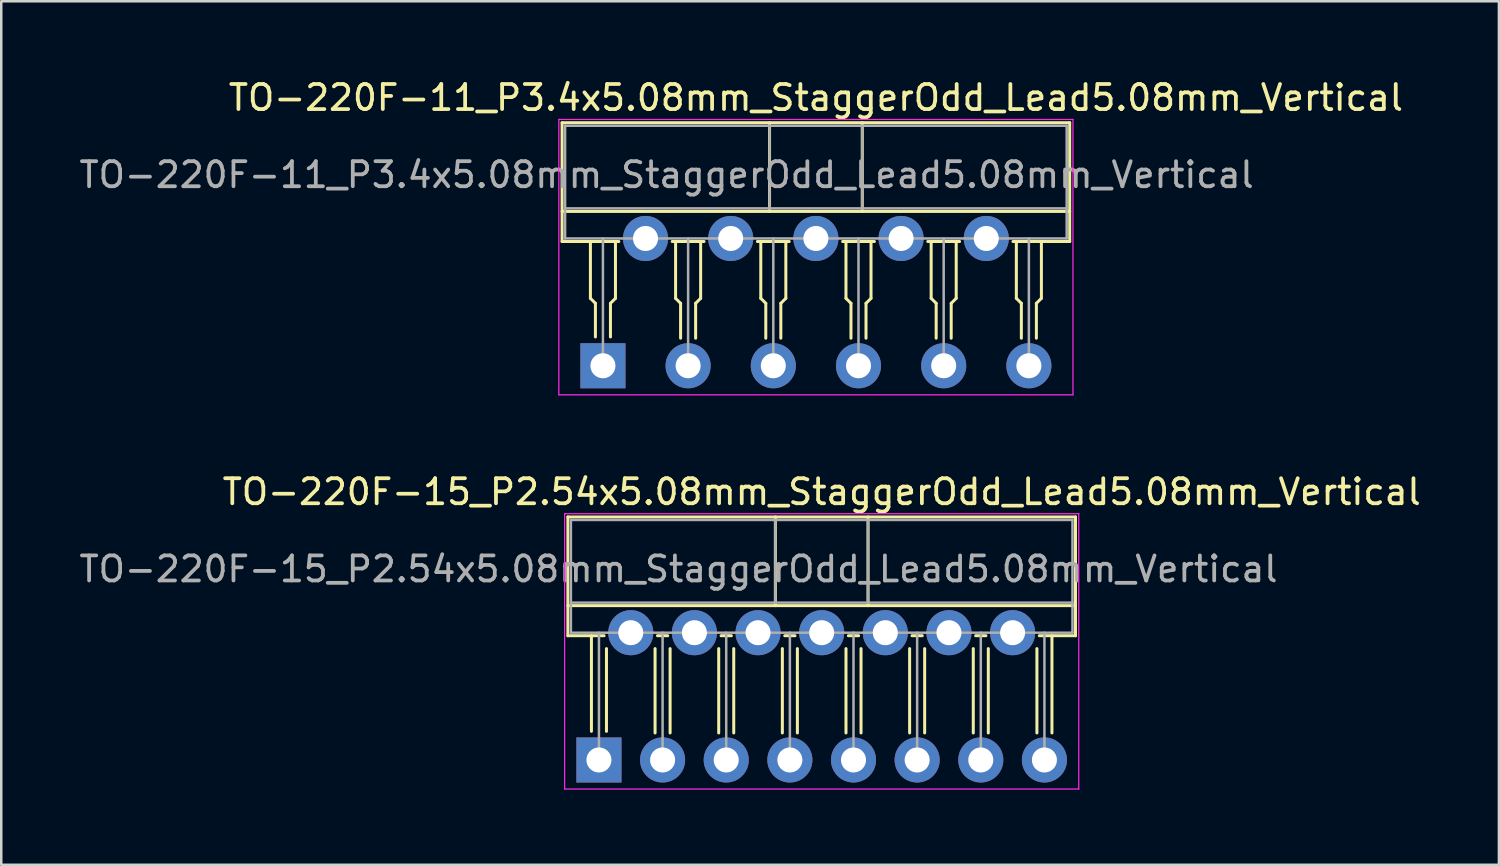
<source format=kicad_pcb>
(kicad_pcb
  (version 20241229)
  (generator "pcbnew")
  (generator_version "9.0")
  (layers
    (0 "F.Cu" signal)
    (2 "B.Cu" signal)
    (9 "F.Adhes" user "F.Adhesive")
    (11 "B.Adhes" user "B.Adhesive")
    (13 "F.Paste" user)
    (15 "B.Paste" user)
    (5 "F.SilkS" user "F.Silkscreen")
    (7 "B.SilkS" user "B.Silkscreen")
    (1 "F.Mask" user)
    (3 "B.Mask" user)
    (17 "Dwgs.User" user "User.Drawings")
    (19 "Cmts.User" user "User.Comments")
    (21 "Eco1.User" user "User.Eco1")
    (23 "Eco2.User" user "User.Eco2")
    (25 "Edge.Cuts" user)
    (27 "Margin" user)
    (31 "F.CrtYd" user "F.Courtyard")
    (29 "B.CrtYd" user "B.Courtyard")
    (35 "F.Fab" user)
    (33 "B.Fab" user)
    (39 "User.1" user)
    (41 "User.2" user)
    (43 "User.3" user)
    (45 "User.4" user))
  (footprint "TO-220F-15_P2.54x5.08mm_StaggerOdd_Lead5.08mm_Vertical"
    (layer "F.Cu")
    (at 20.855 27.282)
    (property "Reference" "TO-220F-15_P2.54x5.08mm_StaggerOdd_Lead5.08mm_Vertical" (at 8.89 -10.7 0) (layer "F.SilkS") (effects (font (size 1 1) (thickness 0.15))))
    (attr through_hole)
    (fp_line (start -1.24 -9.7) (end -1.24 -4.959) (stroke (width 0.12) (type solid)) (layer "F.SilkS"))
    (fp_line (start -1.24 -9.7) (end 19.02 -9.7) (stroke (width 0.12) (type solid)) (layer "F.SilkS"))
    (fp_line (start -1.24 -6.16) (end 19.02 -6.16) (stroke (width 0.12) (type solid)) (layer "F.SilkS"))
    (fp_line (start -1.24 -4.959) (end 0.205 -4.959) (stroke (width 0.12) (type solid)) (layer "F.SilkS"))
    (fp_line (start -0.3 -1.143) (end -0.3 -4.953) (stroke (width 0.12) (type solid)) (layer "F.SilkS"))
    (fp_line (start 0.3 -1.143) (end 0.3 -4.445) (stroke (width 0.12) (type solid)) (layer "F.SilkS"))
    (fp_line (start 2.24 -1.079) (end 2.24 -4.445) (stroke (width 0.12) (type solid)) (layer "F.SilkS"))
    (fp_line (start 2.336 -4.959) (end 2.745 -4.959) (stroke (width 0.12) (type solid)) (layer "F.SilkS"))
    (fp_line (start 2.84 -1.079) (end 2.84 -4.445) (stroke (width 0.12) (type solid)) (layer "F.SilkS"))
    (fp_line (start 4.78 -1.079) (end 4.78 -4.445) (stroke (width 0.12) (type solid)) (layer "F.SilkS"))
    (fp_line (start 4.875 -4.959) (end 5.285 -4.959) (stroke (width 0.12) (type solid)) (layer "F.SilkS"))
    (fp_line (start 5.38 -1.079) (end 5.38 -4.445) (stroke (width 0.12) (type solid)) (layer "F.SilkS"))
    (fp_line (start 7.041 -9.7) (end 7.041 -6.16) (stroke (width 0.12) (type solid)) (layer "F.SilkS"))
    (fp_line (start 7.32 -1.079) (end 7.32 -4.445) (stroke (width 0.12) (type solid)) (layer "F.SilkS"))
    (fp_line (start 7.415 -4.959) (end 7.825 -4.959) (stroke (width 0.12) (type solid)) (layer "F.SilkS"))
    (fp_line (start 7.92 -1.079) (end 7.92 -4.445) (stroke (width 0.12) (type solid)) (layer "F.SilkS"))
    (fp_line (start 9.86 -1.079) (end 9.86 -4.445) (stroke (width 0.12) (type solid)) (layer "F.SilkS"))
    (fp_line (start 9.955 -4.959) (end 10.365 -4.959) (stroke (width 0.12) (type solid)) (layer "F.SilkS"))
    (fp_line (start 10.46 -1.079) (end 10.46 -4.445) (stroke (width 0.12) (type solid)) (layer "F.SilkS"))
    (fp_line (start 10.74 -9.7) (end 10.74 -6.16) (stroke (width 0.12) (type solid)) (layer "F.SilkS"))
    (fp_line (start 12.4 -1.079) (end 12.4 -4.445) (stroke (width 0.12) (type solid)) (layer "F.SilkS"))
    (fp_line (start 12.495 -4.959) (end 12.905 -4.959) (stroke (width 0.12) (type solid)) (layer "F.SilkS"))
    (fp_line (start 13 -1.079) (end 13 -4.445) (stroke (width 0.12) (type solid)) (layer "F.SilkS"))
    (fp_line (start 14.94 -1.079) (end 14.94 -4.445) (stroke (width 0.12) (type solid)) (layer "F.SilkS"))
    (fp_line (start 15.035 -4.959) (end 15.445 -4.959) (stroke (width 0.12) (type solid)) (layer "F.SilkS"))
    (fp_line (start 15.54 -1.079) (end 15.54 -4.445) (stroke (width 0.12) (type solid)) (layer "F.SilkS"))
    (fp_line (start 17.48 -1.079) (end 17.48 -4.445) (stroke (width 0.12) (type solid)) (layer "F.SilkS"))
    (fp_line (start 17.575 -4.959) (end 19.02 -4.959) (stroke (width 0.12) (type solid)) (layer "F.SilkS"))
    (fp_line (start 18.08 -1.079) (end 18.08 -4.953) (stroke (width 0.12) (type solid)) (layer "F.SilkS"))
    (fp_line (start 19.02 -9.7) (end 19.02 -4.959) (stroke (width 0.12) (type solid)) (layer "F.SilkS"))
    (fp_line (start -1.37 -9.83) (end -1.37 1.16) (stroke (width 0.05) (type solid)) (layer "F.CrtYd"))
    (fp_line (start -1.37 1.16) (end 19.15 1.16) (stroke (width 0.05) (type solid)) (layer "F.CrtYd"))
    (fp_line (start 19.15 -9.83) (end -1.37 -9.83) (stroke (width 0.05) (type solid)) (layer "F.CrtYd"))
    (fp_line (start 19.15 1.16) (end 19.15 -9.83) (stroke (width 0.05) (type solid)) (layer "F.CrtYd"))
    (fp_line (start -1.12 -9.58) (end -1.12 -5.08) (stroke (width 0.1) (type solid)) (layer "F.Fab"))
    (fp_line (start -1.12 -6.28) (end 18.9 -6.28) (stroke (width 0.1) (type solid)) (layer "F.Fab"))
    (fp_line (start -1.12 -5.08) (end 18.9 -5.08) (stroke (width 0.1) (type solid)) (layer "F.Fab"))
    (fp_line (start 0 -5.08) (end 0 0) (stroke (width 0.1) (type solid)) (layer "F.Fab"))
    (fp_line (start 2.54 -5.08) (end 2.54 0) (stroke (width 0.1) (type solid)) (layer "F.Fab"))
    (fp_line (start 5.08 -5.08) (end 5.08 0) (stroke (width 0.1) (type solid)) (layer "F.Fab"))
    (fp_line (start 7.04 -9.58) (end 7.04 -6.28) (stroke (width 0.1) (type solid)) (layer "F.Fab"))
    (fp_line (start 7.62 -5.08) (end 7.62 0) (stroke (width 0.1) (type solid)) (layer "F.Fab"))
    (fp_line (start 10.16 -5.08) (end 10.16 0) (stroke (width 0.1) (type solid)) (layer "F.Fab"))
    (fp_line (start 10.74 -9.58) (end 10.74 -6.28) (stroke (width 0.1) (type solid)) (layer "F.Fab"))
    (fp_line (start 12.7 -5.08) (end 12.7 0) (stroke (width 0.1) (type solid)) (layer "F.Fab"))
    (fp_line (start 15.24 -5.08) (end 15.24 0) (stroke (width 0.1) (type solid)) (layer "F.Fab"))
    (fp_line (start 17.78 -5.08) (end 17.78 0) (stroke (width 0.1) (type solid)) (layer "F.Fab"))
    (fp_line (start 18.9 -9.58) (end -1.12 -9.58) (stroke (width 0.1) (type solid)) (layer "F.Fab"))
    (fp_line (start 18.9 -5.08) (end 18.9 -9.58) (stroke (width 0.1) (type solid)) (layer "F.Fab"))
    (fp_text user "${REFERENCE}" (at 3.175 -7.62 0) (layer "F.Fab") (effects (font (size 1 1) (thickness 0.15))))
    (pad "1" thru_hole rect (at 0 0) (size 1.8 1.8) (drill 1) (layers "*.Cu" "*.Mask"))
    (pad "2" thru_hole oval (at 1.27 -5.08) (size 1.8 1.8) (drill 1) (layers "*.Cu" "*.Mask"))
    (pad "3" thru_hole oval (at 2.54 0) (size 1.8 1.8) (drill 1) (layers "*.Cu" "*.Mask"))
    (pad "4" thru_hole oval (at 3.81 -5.08) (size 1.8 1.8) (drill 1) (layers "*.Cu" "*.Mask"))
    (pad "5" thru_hole oval (at 5.08 0) (size 1.8 1.8) (drill 1) (layers "*.Cu" "*.Mask"))
    (pad "6" thru_hole oval (at 6.35 -5.08) (size 1.8 1.8) (drill 1) (layers "*.Cu" "*.Mask"))
    (pad "7" thru_hole oval (at 7.62 0) (size 1.8 1.8) (drill 1) (layers "*.Cu" "*.Mask"))
    (pad "8" thru_hole oval (at 8.89 -5.08) (size 1.8 1.8) (drill 1) (layers "*.Cu" "*.Mask"))
    (pad "9" thru_hole oval (at 10.16 0) (size 1.8 1.8) (drill 1) (layers "*.Cu" "*.Mask"))
    (pad "10" thru_hole oval (at 11.43 -5.08) (size 1.8 1.8) (drill 1) (layers "*.Cu" "*.Mask"))
    (pad "11" thru_hole oval (at 12.7 0) (size 1.8 1.8) (drill 1) (layers "*.Cu" "*.Mask"))
    (pad "12" thru_hole oval (at 13.97 -5.08) (size 1.8 1.8) (drill 1) (layers "*.Cu" "*.Mask"))
    (pad "13" thru_hole oval (at 15.24 0) (size 1.8 1.8) (drill 1) (layers "*.Cu" "*.Mask"))
    (pad "14" thru_hole oval (at 16.51 -5.08) (size 1.8 1.8) (drill 1) (layers "*.Cu" "*.Mask"))
    (pad "15" thru_hole oval (at 17.78 0) (size 1.8 1.8) (drill 1) (layers "*.Cu" "*.Mask")))
  (footprint "TO-220F-11_P3.4x5.08mm_StaggerOdd_Lead5.08mm_Vertical"
    (layer "F.Cu")
    (at 21.014 11.548)
    (property "Reference" "TO-220F-11_P3.4x5.08mm_StaggerOdd_Lead5.08mm_Vertical" (at 8.5 -10.7 0) (layer "F.SilkS") (effects (font (size 1 1) (thickness 0.15))))
    (attr through_hole)
    (fp_line (start -1.63 -9.7) (end -1.63 -4.959) (stroke (width 0.12) (type solid)) (layer "F.SilkS"))
    (fp_line (start -1.63 -9.7) (end 18.63 -9.7) (stroke (width 0.12) (type solid)) (layer "F.SilkS"))
    (fp_line (start -1.63 -6.16) (end 18.63 -6.16) (stroke (width 0.12) (type solid)) (layer "F.SilkS"))
    (fp_line (start -1.63 -4.959) (end 0.635 -4.959) (stroke (width 0.12) (type solid)) (layer "F.SilkS"))
    (fp_line (start -0.5 -4.942) (end -0.5 -2.692) (stroke (width 0.12) (type solid)) (layer "F.SilkS"))
    (fp_line (start -0.5 -2.692) (end -0.3 -2.492) (stroke (width 0.12) (type solid)) (layer "F.SilkS"))
    (fp_line (start -0.3 -1.15) (end -0.3 -2.492) (stroke (width 0.12) (type solid)) (layer "F.SilkS"))
    (fp_line (start 0.3 -1.15) (end 0.3 -2.492) (stroke (width 0.12) (type solid)) (layer "F.SilkS"))
    (fp_line (start 0.5 -4.942) (end 0.5 -2.692) (stroke (width 0.12) (type solid)) (layer "F.SilkS"))
    (fp_line (start 0.5 -2.692) (end 0.3 -2.492) (stroke (width 0.12) (type solid)) (layer "F.SilkS"))
    (fp_line (start 2.765 -4.959) (end 4.035 -4.959) (stroke (width 0.12) (type solid)) (layer "F.SilkS"))
    (fp_line (start 2.9 -4.942) (end 2.9 -2.692) (stroke (width 0.12) (type solid)) (layer "F.SilkS"))
    (fp_line (start 2.9 -2.692) (end 3.1 -2.492) (stroke (width 0.12) (type solid)) (layer "F.SilkS"))
    (fp_line (start 3.1 -1.1) (end 3.1 -2.492) (stroke (width 0.12) (type solid)) (layer "F.SilkS"))
    (fp_line (start 3.7 -1.1) (end 3.7 -2.492) (stroke (width 0.12) (type solid)) (layer "F.SilkS"))
    (fp_line (start 3.9 -4.942) (end 3.9 -2.692) (stroke (width 0.12) (type solid)) (layer "F.SilkS"))
    (fp_line (start 3.9 -2.692) (end 3.7 -2.492) (stroke (width 0.12) (type solid)) (layer "F.SilkS"))
    (fp_line (start 6.165 -4.959) (end 7.435 -4.959) (stroke (width 0.12) (type solid)) (layer "F.SilkS"))
    (fp_line (start 6.3 -4.942) (end 6.3 -2.692) (stroke (width 0.12) (type solid)) (layer "F.SilkS"))
    (fp_line (start 6.3 -2.692) (end 6.5 -2.492) (stroke (width 0.12) (type solid)) (layer "F.SilkS"))
    (fp_line (start 6.5 -1.1) (end 6.5 -2.492) (stroke (width 0.12) (type solid)) (layer "F.SilkS"))
    (fp_line (start 6.65 -9.7) (end 6.65 -6.16) (stroke (width 0.12) (type solid)) (layer "F.SilkS"))
    (fp_line (start 7.1 -1.1) (end 7.1 -2.492) (stroke (width 0.12) (type solid)) (layer "F.SilkS"))
    (fp_line (start 7.3 -4.942) (end 7.3 -2.692) (stroke (width 0.12) (type solid)) (layer "F.SilkS"))
    (fp_line (start 7.3 -2.692) (end 7.1 -2.492) (stroke (width 0.12) (type solid)) (layer "F.SilkS"))
    (fp_line (start 9.566 -4.959) (end 10.835 -4.959) (stroke (width 0.12) (type solid)) (layer "F.SilkS"))
    (fp_line (start 9.7 -4.942) (end 9.7 -2.692) (stroke (width 0.12) (type solid)) (layer "F.SilkS"))
    (fp_line (start 9.7 -2.692) (end 9.9 -2.492) (stroke (width 0.12) (type solid)) (layer "F.SilkS"))
    (fp_line (start 9.9 -1.1) (end 9.9 -2.492) (stroke (width 0.12) (type solid)) (layer "F.SilkS"))
    (fp_line (start 10.35 -9.7) (end 10.35 -6.16) (stroke (width 0.12) (type solid)) (layer "F.SilkS"))
    (fp_line (start 10.5 -1.1) (end 10.5 -2.492) (stroke (width 0.12) (type solid)) (layer "F.SilkS"))
    (fp_line (start 10.7 -4.942) (end 10.7 -2.692) (stroke (width 0.12) (type solid)) (layer "F.SilkS"))
    (fp_line (start 10.7 -2.692) (end 10.5 -2.492) (stroke (width 0.12) (type solid)) (layer "F.SilkS"))
    (fp_line (start 12.965 -4.959) (end 14.235 -4.959) (stroke (width 0.12) (type solid)) (layer "F.SilkS"))
    (fp_line (start 13.1 -4.942) (end 13.1 -2.692) (stroke (width 0.12) (type solid)) (layer "F.SilkS"))
    (fp_line (start 13.1 -2.692) (end 13.3 -2.492) (stroke (width 0.12) (type solid)) (layer "F.SilkS"))
    (fp_line (start 13.3 -1.1) (end 13.3 -2.492) (stroke (width 0.12) (type solid)) (layer "F.SilkS"))
    (fp_line (start 13.9 -1.1) (end 13.9 -2.492) (stroke (width 0.12) (type solid)) (layer "F.SilkS"))
    (fp_line (start 14.1 -4.942) (end 14.1 -2.692) (stroke (width 0.12) (type solid)) (layer "F.SilkS"))
    (fp_line (start 14.1 -2.692) (end 13.9 -2.492) (stroke (width 0.12) (type solid)) (layer "F.SilkS"))
    (fp_line (start 16.365 -4.959) (end 18.63 -4.959) (stroke (width 0.12) (type solid)) (layer "F.SilkS"))
    (fp_line (start 16.5 -4.942) (end 16.5 -2.692) (stroke (width 0.12) (type solid)) (layer "F.SilkS"))
    (fp_line (start 16.5 -2.692) (end 16.7 -2.492) (stroke (width 0.12) (type solid)) (layer "F.SilkS"))
    (fp_line (start 16.7 -1.1) (end 16.7 -2.492) (stroke (width 0.12) (type solid)) (layer "F.SilkS"))
    (fp_line (start 17.3 -1.1) (end 17.3 -2.492) (stroke (width 0.12) (type solid)) (layer "F.SilkS"))
    (fp_line (start 17.5 -4.942) (end 17.5 -2.692) (stroke (width 0.12) (type solid)) (layer "F.SilkS"))
    (fp_line (start 17.5 -2.692) (end 17.3 -2.492) (stroke (width 0.12) (type solid)) (layer "F.SilkS"))
    (fp_line (start 18.63 -9.7) (end 18.63 -4.959) (stroke (width 0.12) (type solid)) (layer "F.SilkS"))
    (fp_line (start -1.76 -9.83) (end -1.76 1.16) (stroke (width 0.05) (type solid)) (layer "F.CrtYd"))
    (fp_line (start -1.76 1.16) (end 18.76 1.16) (stroke (width 0.05) (type solid)) (layer "F.CrtYd"))
    (fp_line (start 18.76 -9.83) (end -1.76 -9.83) (stroke (width 0.05) (type solid)) (layer "F.CrtYd"))
    (fp_line (start 18.76 1.16) (end 18.76 -9.83) (stroke (width 0.05) (type solid)) (layer "F.CrtYd"))
    (fp_line (start -1.51 -9.58) (end -1.51 -5.08) (stroke (width 0.1) (type solid)) (layer "F.Fab"))
    (fp_line (start -1.51 -6.28) (end 18.51 -6.28) (stroke (width 0.1) (type solid)) (layer "F.Fab"))
    (fp_line (start -1.51 -5.08) (end 18.51 -5.08) (stroke (width 0.1) (type solid)) (layer "F.Fab"))
    (fp_line (start 0 -5.08) (end 0 0) (stroke (width 0.1) (type solid)) (layer "F.Fab"))
    (fp_line (start 3.4 -5.08) (end 3.4 0) (stroke (width 0.1) (type solid)) (layer "F.Fab"))
    (fp_line (start 6.65 -9.58) (end 6.65 -6.28) (stroke (width 0.1) (type solid)) (layer "F.Fab"))
    (fp_line (start 6.8 -5.08) (end 6.8 0) (stroke (width 0.1) (type solid)) (layer "F.Fab"))
    (fp_line (start 10.2 -5.08) (end 10.2 0) (stroke (width 0.1) (type solid)) (layer "F.Fab"))
    (fp_line (start 10.35 -9.58) (end 10.35 -6.28) (stroke (width 0.1) (type solid)) (layer "F.Fab"))
    (fp_line (start 13.6 -5.08) (end 13.6 0) (stroke (width 0.1) (type solid)) (layer "F.Fab"))
    (fp_line (start 17 -5.08) (end 17 0) (stroke (width 0.1) (type solid)) (layer "F.Fab"))
    (fp_line (start 18.51 -9.58) (end -1.51 -9.58) (stroke (width 0.1) (type solid)) (layer "F.Fab"))
    (fp_line (start 18.51 -5.08) (end 18.51 -9.58) (stroke (width 0.1) (type solid)) (layer "F.Fab"))
    (fp_text user "${REFERENCE}" (at 2.54 -7.62 0) (layer "F.Fab") (effects (font (size 1 1) (thickness 0.15))))
    (pad "1" thru_hole rect (at 0 0) (size 1.8 1.8) (drill 1) (layers "*.Cu" "*.Mask"))
    (pad "2" thru_hole oval (at 1.7 -5.08) (size 1.8 1.8) (drill 1) (layers "*.Cu" "*.Mask"))
    (pad "3" thru_hole oval (at 3.4 0) (size 1.8 1.8) (drill 1) (layers "*.Cu" "*.Mask"))
    (pad "4" thru_hole oval (at 5.1 -5.08) (size 1.8 1.8) (drill 1) (layers "*.Cu" "*.Mask"))
    (pad "5" thru_hole oval (at 6.8 0) (size 1.8 1.8) (drill 1) (layers "*.Cu" "*.Mask"))
    (pad "6" thru_hole oval (at 8.5 -5.08) (size 1.8 1.8) (drill 1) (layers "*.Cu" "*.Mask"))
    (pad "7" thru_hole oval (at 10.2 0) (size 1.8 1.8) (drill 1) (layers "*.Cu" "*.Mask"))
    (pad "8" thru_hole oval (at 11.9 -5.08) (size 1.8 1.8) (drill 1) (layers "*.Cu" "*.Mask"))
    (pad "9" thru_hole oval (at 13.6 0) (size 1.8 1.8) (drill 1) (layers "*.Cu" "*.Mask"))
    (pad "10" thru_hole oval (at 15.3 -5.08) (size 1.8 1.8) (drill 1) (layers "*.Cu" "*.Mask"))
    (pad "11" thru_hole oval (at 17 0) (size 1.8 1.8) (drill 1) (layers "*.Cu" "*.Mask")))
  (gr_rect
    (start -3 -3)
    (end 56.775 31.466)
    (stroke (width 0.1) (type default))
    (fill no)
    (layer "Edge.Cuts")))
</source>
